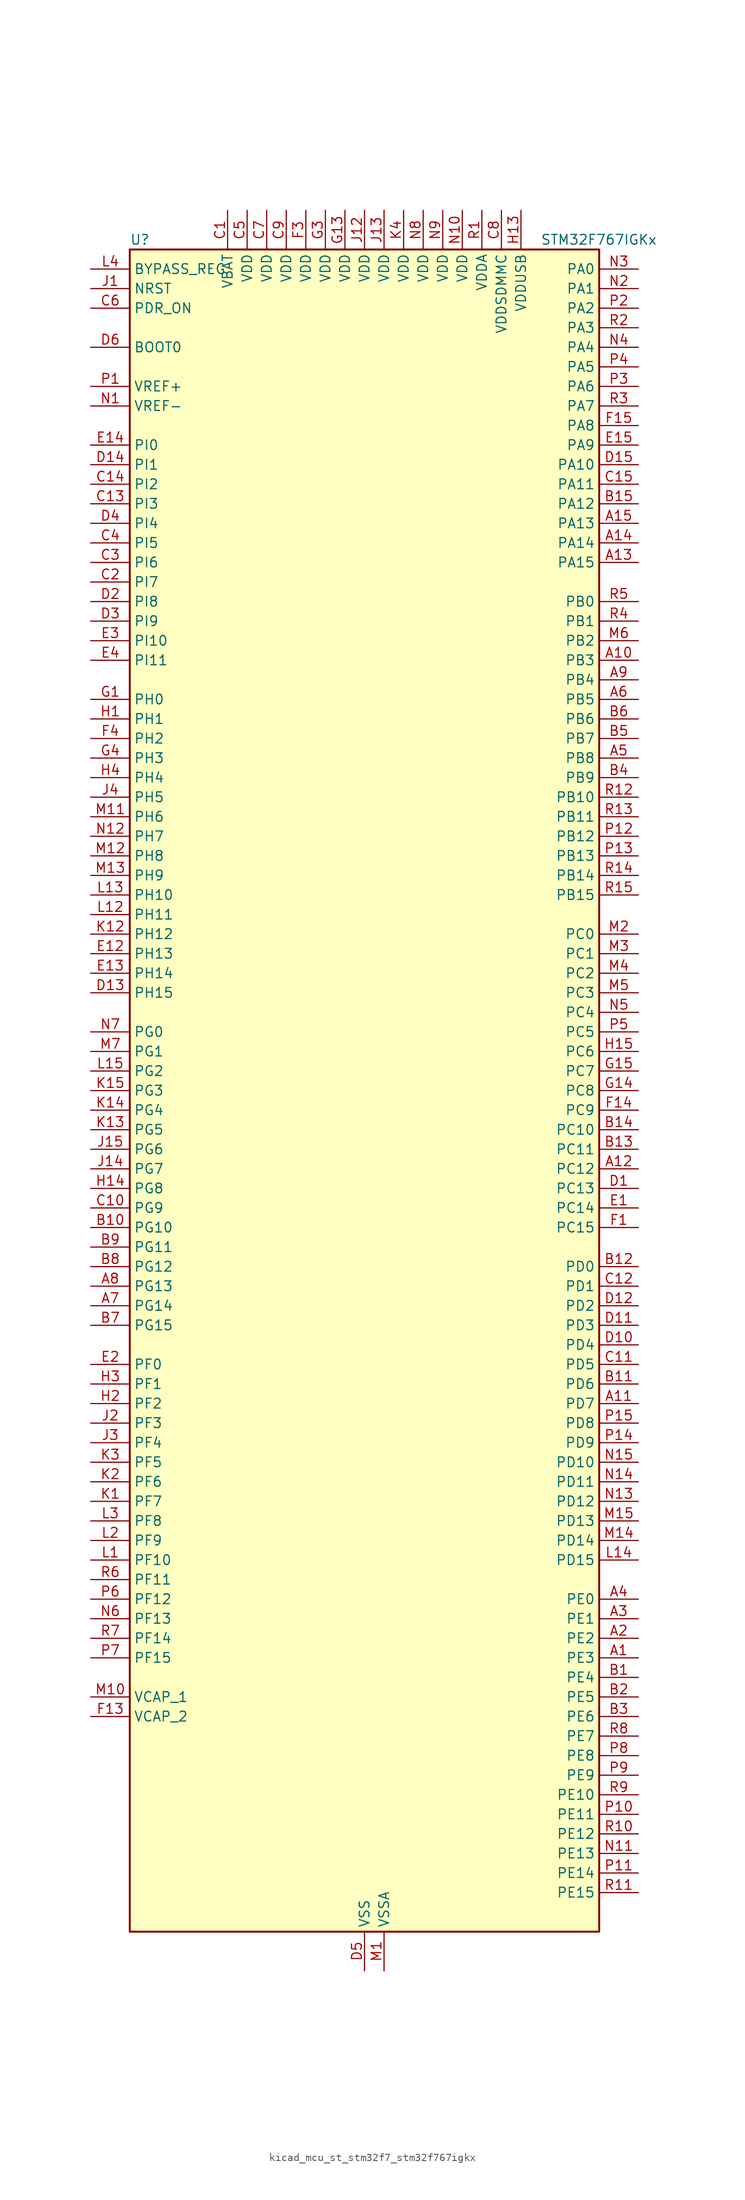
<source format=kicad_sym>
(kicad_symbol_lib
  (version 20220914)
  (generator kicad_symbol_editor)
  (symbol "kicad_mcu_st_stm32f7_stm32f767igkx"
    (property "Reference" "U"
      (at -30.48 110.49 0)
      (effects (font (size 1.27 1.27)) (justify left)))
    (property "Value" "STM32F767IGKx"
      (at 22.86 110.49 0)
      (effects (font (size 1.27 1.27)) (justify left)))
    (property "ki_locked" ""
      (at 0 0 0)
      (effects (font (size 1.27 1.27))))
    (symbol "kicad_mcu_st_stm32f7_stm32f767igkx_0_1"
      (rectangle (start -30.48 -109.22) (end 30.48 109.22) (stroke (width 0.254) (type default)) (fill (type background))))
    (symbol "kicad_mcu_st_stm32f7_stm32f767igkx_1_1"
      (pin bidirectional line (at 35.56 -73.66 180) (length 5.08) (name "PE3" (effects (font (size 1.27 1.27)))) (number "A1" (effects (font (size 1.27 1.27)))) (alternate "FMC_A19" bidirectional line) (alternate "SAI1_SD_B" bidirectional line) (alternate "SYS_TRACED0" bidirectional line))
      (pin bidirectional line (at 35.56 55.88 180) (length 5.08) (name "PB3" (effects (font (size 1.27 1.27)))) (number "A10" (effects (font (size 1.27 1.27)))) (alternate "CAN3_RX" bidirectional line) (alternate "I2S1_CK" bidirectional line) (alternate "I2S3_CK" bidirectional line) (alternate "SDMMC2_D2" bidirectional line) (alternate "SPI1_SCK" bidirectional line) (alternate "SPI3_SCK" bidirectional line) (alternate "SPI6_SCK" bidirectional line) (alternate "SYS_JTDO-SWO" bidirectional line) (alternate "TIM2_CH2" bidirectional line) (alternate "UART7_RX" bidirectional line))
      (pin bidirectional line (at 35.56 -40.64 180) (length 5.08) (name "PD7" (effects (font (size 1.27 1.27)))) (number "A11" (effects (font (size 1.27 1.27)))) (alternate "DFSDM1_CKIN1" bidirectional line) (alternate "DFSDM1_DATIN4" bidirectional line) (alternate "FMC_NE1" bidirectional line) (alternate "I2S1_SD" bidirectional line) (alternate "SDMMC2_CMD" bidirectional line) (alternate "SPDIFRX_IN0" bidirectional line) (alternate "SPI1_MOSI" bidirectional line) (alternate "USART2_CK" bidirectional line))
      (pin bidirectional line (at 35.56 -10.16 180) (length 5.08) (name "PC12" (effects (font (size 1.27 1.27)))) (number "A12" (effects (font (size 1.27 1.27)))) (alternate "DCMI_D9" bidirectional line) (alternate "I2S3_SD" bidirectional line) (alternate "SDMMC1_CK" bidirectional line) (alternate "SPI3_MOSI" bidirectional line) (alternate "SYS_TRACED3" bidirectional line) (alternate "UART5_TX" bidirectional line) (alternate "USART3_CK" bidirectional line))
      (pin bidirectional line (at 35.56 68.58 180) (length 5.08) (name "PA15" (effects (font (size 1.27 1.27)))) (number "A13" (effects (font (size 1.27 1.27)))) (alternate "CAN3_TX" bidirectional line) (alternate "CEC" bidirectional line) (alternate "I2S1_WS" bidirectional line) (alternate "I2S3_WS" bidirectional line) (alternate "SPI1_NSS" bidirectional line) (alternate "SPI3_NSS" bidirectional line) (alternate "SPI6_NSS" bidirectional line) (alternate "SYS_JTDI" bidirectional line) (alternate "TIM2_CH1" bidirectional line) (alternate "TIM2_ETR" bidirectional line) (alternate "UART4_DE" bidirectional line) (alternate "UART4_RTS" bidirectional line) (alternate "UART7_TX" bidirectional line))
      (pin bidirectional line (at 35.56 71.12 180) (length 5.08) (name "PA14" (effects (font (size 1.27 1.27)))) (number "A14" (effects (font (size 1.27 1.27)))) (alternate "SYS_JTCK-SWCLK" bidirectional line))
      (pin bidirectional line (at 35.56 73.66 180) (length 5.08) (name "PA13" (effects (font (size 1.27 1.27)))) (number "A15" (effects (font (size 1.27 1.27)))) (alternate "SYS_JTMS-SWDIO" bidirectional line))
      (pin bidirectional line (at 35.56 -71.12 180) (length 5.08) (name "PE2" (effects (font (size 1.27 1.27)))) (number "A2" (effects (font (size 1.27 1.27)))) (alternate "ETH_TXD3" bidirectional line) (alternate "FMC_A23" bidirectional line) (alternate "QUADSPI_BK1_IO2" bidirectional line) (alternate "SAI1_MCLK_A" bidirectional line) (alternate "SPI4_SCK" bidirectional line) (alternate "SYS_TRACECLK" bidirectional line))
      (pin bidirectional line (at 35.56 -68.58 180) (length 5.08) (name "PE1" (effects (font (size 1.27 1.27)))) (number "A3" (effects (font (size 1.27 1.27)))) (alternate "DCMI_D3" bidirectional line) (alternate "FMC_NBL1" bidirectional line) (alternate "LPTIM1_IN2" bidirectional line) (alternate "UART8_TX" bidirectional line))
      (pin bidirectional line (at 35.56 -66.04 180) (length 5.08) (name "PE0" (effects (font (size 1.27 1.27)))) (number "A4" (effects (font (size 1.27 1.27)))) (alternate "DCMI_D2" bidirectional line) (alternate "FMC_NBL0" bidirectional line) (alternate "LPTIM1_ETR" bidirectional line) (alternate "SAI2_MCLK_A" bidirectional line) (alternate "TIM4_ETR" bidirectional line) (alternate "UART8_RX" bidirectional line))
      (pin bidirectional line (at 35.56 43.18 180) (length 5.08) (name "PB8" (effects (font (size 1.27 1.27)))) (number "A5" (effects (font (size 1.27 1.27)))) (alternate "CAN1_RX" bidirectional line) (alternate "DCMI_D6" bidirectional line) (alternate "DFSDM1_CKIN7" bidirectional line) (alternate "ETH_TXD3" bidirectional line) (alternate "I2C1_SCL" bidirectional line) (alternate "I2C4_SCL" bidirectional line) (alternate "LTDC_B6" bidirectional line) (alternate "SDMMC1_D4" bidirectional line) (alternate "SDMMC2_D4" bidirectional line) (alternate "TIM10_CH1" bidirectional line) (alternate "TIM4_CH3" bidirectional line) (alternate "UART5_RX" bidirectional line))
      (pin bidirectional line (at 35.56 50.8 180) (length 5.08) (name "PB5" (effects (font (size 1.27 1.27)))) (number "A6" (effects (font (size 1.27 1.27)))) (alternate "CAN2_RX" bidirectional line) (alternate "DCMI_D10" bidirectional line) (alternate "ETH_PPS_OUT" bidirectional line) (alternate "FMC_SDCKE1" bidirectional line) (alternate "I2C1_SMBA" bidirectional line) (alternate "I2S1_SD" bidirectional line) (alternate "I2S3_SD" bidirectional line) (alternate "LTDC_G7" bidirectional line) (alternate "SPI1_MOSI" bidirectional line) (alternate "SPI3_MOSI" bidirectional line) (alternate "SPI6_MOSI" bidirectional line) (alternate "TIM3_CH2" bidirectional line) (alternate "UART5_RX" bidirectional line) (alternate "USB_OTG_HS_ULPI_D7" bidirectional line))
      (pin bidirectional line (at -35.56 -27.94 0) (length 5.08) (name "PG14" (effects (font (size 1.27 1.27)))) (number "A7" (effects (font (size 1.27 1.27)))) (alternate "ETH_TXD1" bidirectional line) (alternate "FMC_A25" bidirectional line) (alternate "LPTIM1_ETR" bidirectional line) (alternate "LTDC_B0" bidirectional line) (alternate "QUADSPI_BK2_IO3" bidirectional line) (alternate "SPI6_MOSI" bidirectional line) (alternate "SYS_TRACED1" bidirectional line) (alternate "USART6_TX" bidirectional line))
      (pin bidirectional line (at -35.56 -25.4 0) (length 5.08) (name "PG13" (effects (font (size 1.27 1.27)))) (number "A8" (effects (font (size 1.27 1.27)))) (alternate "ETH_TXD0" bidirectional line) (alternate "FMC_A24" bidirectional line) (alternate "LPTIM1_OUT" bidirectional line) (alternate "LTDC_R0" bidirectional line) (alternate "SPI6_SCK" bidirectional line) (alternate "SYS_TRACED0" bidirectional line) (alternate "USART6_CTS" bidirectional line))
      (pin bidirectional line (at 35.56 53.34 180) (length 5.08) (name "PB4" (effects (font (size 1.27 1.27)))) (number "A9" (effects (font (size 1.27 1.27)))) (alternate "CAN3_TX" bidirectional line) (alternate "I2S2_WS" bidirectional line) (alternate "SDMMC2_D3" bidirectional line) (alternate "SPI1_MISO" bidirectional line) (alternate "SPI2_NSS" bidirectional line) (alternate "SPI3_MISO" bidirectional line) (alternate "SPI6_MISO" bidirectional line) (alternate "SYS_JTRST" bidirectional line) (alternate "TIM3_CH1" bidirectional line) (alternate "UART7_TX" bidirectional line))
      (pin bidirectional line (at 35.56 -76.2 180) (length 5.08) (name "PE4" (effects (font (size 1.27 1.27)))) (number "B1" (effects (font (size 1.27 1.27)))) (alternate "DCMI_D4" bidirectional line) (alternate "DFSDM1_DATIN3" bidirectional line) (alternate "FMC_A20" bidirectional line) (alternate "LTDC_B0" bidirectional line) (alternate "SAI1_FS_A" bidirectional line) (alternate "SPI4_NSS" bidirectional line) (alternate "SYS_TRACED1" bidirectional line))
      (pin bidirectional line (at -35.56 -17.78 0) (length 5.08) (name "PG10" (effects (font (size 1.27 1.27)))) (number "B10" (effects (font (size 1.27 1.27)))) (alternate "DCMI_D2" bidirectional line) (alternate "FMC_NE3" bidirectional line) (alternate "I2S1_WS" bidirectional line) (alternate "LTDC_B2" bidirectional line) (alternate "LTDC_G3" bidirectional line) (alternate "SAI2_SD_B" bidirectional line) (alternate "SDMMC2_D1" bidirectional line) (alternate "SPI1_NSS" bidirectional line))
      (pin bidirectional line (at 35.56 -38.1 180) (length 5.08) (name "PD6" (effects (font (size 1.27 1.27)))) (number "B11" (effects (font (size 1.27 1.27)))) (alternate "DCMI_D10" bidirectional line) (alternate "DFSDM1_CKIN4" bidirectional line) (alternate "DFSDM1_DATIN1" bidirectional line) (alternate "FMC_NWAIT" bidirectional line) (alternate "I2S3_SD" bidirectional line) (alternate "LTDC_B2" bidirectional line) (alternate "SAI1_SD_A" bidirectional line) (alternate "SDMMC2_CK" bidirectional line) (alternate "SPI3_MOSI" bidirectional line) (alternate "USART2_RX" bidirectional line))
      (pin bidirectional line (at 35.56 -22.86 180) (length 5.08) (name "PD0" (effects (font (size 1.27 1.27)))) (number "B12" (effects (font (size 1.27 1.27)))) (alternate "CAN1_RX" bidirectional line) (alternate "DFSDM1_CKIN6" bidirectional line) (alternate "DFSDM1_DATIN7" bidirectional line) (alternate "FMC_D2" bidirectional line) (alternate "FMC_DA2" bidirectional line) (alternate "UART4_RX" bidirectional line))
      (pin bidirectional line (at 35.56 -7.62 180) (length 5.08) (name "PC11" (effects (font (size 1.27 1.27)))) (number "B13" (effects (font (size 1.27 1.27)))) (alternate "ADC1_EXTI11" bidirectional line) (alternate "ADC2_EXTI11" bidirectional line) (alternate "ADC3_EXTI11" bidirectional line) (alternate "DCMI_D4" bidirectional line) (alternate "DFSDM1_DATIN5" bidirectional line) (alternate "QUADSPI_BK2_NCS" bidirectional line) (alternate "SDMMC1_D3" bidirectional line) (alternate "SPI3_MISO" bidirectional line) (alternate "UART4_RX" bidirectional line) (alternate "USART3_RX" bidirectional line))
      (pin bidirectional line (at 35.56 -5.08 180) (length 5.08) (name "PC10" (effects (font (size 1.27 1.27)))) (number "B14" (effects (font (size 1.27 1.27)))) (alternate "DCMI_D8" bidirectional line) (alternate "DFSDM1_CKIN5" bidirectional line) (alternate "I2S3_CK" bidirectional line) (alternate "LTDC_R2" bidirectional line) (alternate "QUADSPI_BK1_IO1" bidirectional line) (alternate "SDMMC1_D2" bidirectional line) (alternate "SPI3_SCK" bidirectional line) (alternate "UART4_TX" bidirectional line) (alternate "USART3_TX" bidirectional line))
      (pin bidirectional line (at 35.56 76.2 180) (length 5.08) (name "PA12" (effects (font (size 1.27 1.27)))) (number "B15" (effects (font (size 1.27 1.27)))) (alternate "CAN1_TX" bidirectional line) (alternate "I2S2_CK" bidirectional line) (alternate "LTDC_R5" bidirectional line) (alternate "SAI2_FS_B" bidirectional line) (alternate "SPI2_SCK" bidirectional line) (alternate "TIM1_ETR" bidirectional line) (alternate "UART4_TX" bidirectional line) (alternate "USART1_DE" bidirectional line) (alternate "USART1_RTS" bidirectional line) (alternate "USB_OTG_FS_DP" bidirectional line))
      (pin bidirectional line (at 35.56 -78.74 180) (length 5.08) (name "PE5" (effects (font (size 1.27 1.27)))) (number "B2" (effects (font (size 1.27 1.27)))) (alternate "DCMI_D6" bidirectional line) (alternate "DFSDM1_CKIN3" bidirectional line) (alternate "FMC_A21" bidirectional line) (alternate "LTDC_G0" bidirectional line) (alternate "SAI1_SCK_A" bidirectional line) (alternate "SPI4_MISO" bidirectional line) (alternate "SYS_TRACED2" bidirectional line) (alternate "TIM9_CH1" bidirectional line))
      (pin bidirectional line (at 35.56 -81.28 180) (length 5.08) (name "PE6" (effects (font (size 1.27 1.27)))) (number "B3" (effects (font (size 1.27 1.27)))) (alternate "DCMI_D7" bidirectional line) (alternate "FMC_A22" bidirectional line) (alternate "LTDC_G1" bidirectional line) (alternate "SAI1_SD_A" bidirectional line) (alternate "SAI2_MCLK_B" bidirectional line) (alternate "SPI4_MOSI" bidirectional line) (alternate "SYS_TRACED3" bidirectional line) (alternate "TIM1_BKIN2" bidirectional line) (alternate "TIM9_CH2" bidirectional line))
      (pin bidirectional line (at 35.56 40.64 180) (length 5.08) (name "PB9" (effects (font (size 1.27 1.27)))) (number "B4" (effects (font (size 1.27 1.27)))) (alternate "CAN1_TX" bidirectional line) (alternate "DAC_EXTI9" bidirectional line) (alternate "DCMI_D7" bidirectional line) (alternate "DFSDM1_DATIN7" bidirectional line) (alternate "I2C1_SDA" bidirectional line) (alternate "I2C4_SDA" bidirectional line) (alternate "I2C4_SMBA" bidirectional line) (alternate "I2S2_WS" bidirectional line) (alternate "LTDC_B7" bidirectional line) (alternate "SDMMC1_D5" bidirectional line) (alternate "SDMMC2_D5" bidirectional line) (alternate "SPI2_NSS" bidirectional line) (alternate "TIM11_CH1" bidirectional line) (alternate "TIM4_CH4" bidirectional line) (alternate "UART5_TX" bidirectional line))
      (pin bidirectional line (at 35.56 45.72 180) (length 5.08) (name "PB7" (effects (font (size 1.27 1.27)))) (number "B5" (effects (font (size 1.27 1.27)))) (alternate "DCMI_VSYNC" bidirectional line) (alternate "DFSDM1_CKIN5" bidirectional line) (alternate "FMC_NL" bidirectional line) (alternate "I2C1_SDA" bidirectional line) (alternate "I2C4_SDA" bidirectional line) (alternate "TIM4_CH2" bidirectional line) (alternate "USART1_RX" bidirectional line))
      (pin bidirectional line (at 35.56 48.26 180) (length 5.08) (name "PB6" (effects (font (size 1.27 1.27)))) (number "B6" (effects (font (size 1.27 1.27)))) (alternate "CAN2_TX" bidirectional line) (alternate "CEC" bidirectional line) (alternate "DCMI_D5" bidirectional line) (alternate "DFSDM1_DATIN5" bidirectional line) (alternate "FMC_SDNE1" bidirectional line) (alternate "I2C1_SCL" bidirectional line) (alternate "I2C4_SCL" bidirectional line) (alternate "QUADSPI_BK1_NCS" bidirectional line) (alternate "TIM4_CH1" bidirectional line) (alternate "UART5_TX" bidirectional line) (alternate "USART1_TX" bidirectional line))
      (pin bidirectional line (at -35.56 -30.48 0) (length 5.08) (name "PG15" (effects (font (size 1.27 1.27)))) (number "B7" (effects (font (size 1.27 1.27)))) (alternate "DCMI_D13" bidirectional line) (alternate "FMC_SDNCAS" bidirectional line) (alternate "USART6_CTS" bidirectional line))
      (pin bidirectional line (at -35.56 -22.86 0) (length 5.08) (name "PG12" (effects (font (size 1.27 1.27)))) (number "B8" (effects (font (size 1.27 1.27)))) (alternate "FMC_NE4" bidirectional line) (alternate "LPTIM1_IN1" bidirectional line) (alternate "LTDC_B1" bidirectional line) (alternate "LTDC_B4" bidirectional line) (alternate "SDMMC2_D3" bidirectional line) (alternate "SPDIFRX_IN1" bidirectional line) (alternate "SPI6_MISO" bidirectional line) (alternate "USART6_DE" bidirectional line) (alternate "USART6_RTS" bidirectional line))
      (pin bidirectional line (at -35.56 -20.32 0) (length 5.08) (name "PG11" (effects (font (size 1.27 1.27)))) (number "B9" (effects (font (size 1.27 1.27)))) (alternate "ADC1_EXTI11" bidirectional line) (alternate "ADC2_EXTI11" bidirectional line) (alternate "ADC3_EXTI11" bidirectional line) (alternate "DCMI_D3" bidirectional line) (alternate "ETH_TX_EN" bidirectional line) (alternate "I2S1_CK" bidirectional line) (alternate "LTDC_B3" bidirectional line) (alternate "SDMMC2_D2" bidirectional line) (alternate "SPDIFRX_IN0" bidirectional line) (alternate "SPI1_SCK" bidirectional line))
      (pin power_in line (at -17.78 114.3 270) (length 5.08) (name "VBAT" (effects (font (size 1.27 1.27)))) (number "C1" (effects (font (size 1.27 1.27)))))
      (pin bidirectional line (at -35.56 -15.24 0) (length 5.08) (name "PG9" (effects (font (size 1.27 1.27)))) (number "C10" (effects (font (size 1.27 1.27)))) (alternate "DAC_EXTI9" bidirectional line) (alternate "DCMI_VSYNC" bidirectional line) (alternate "FMC_NCE" bidirectional line) (alternate "FMC_NE2" bidirectional line) (alternate "QUADSPI_BK2_IO2" bidirectional line) (alternate "SAI2_FS_B" bidirectional line) (alternate "SDMMC2_D0" bidirectional line) (alternate "SPDIFRX_IN3" bidirectional line) (alternate "SPI1_MISO" bidirectional line) (alternate "USART6_RX" bidirectional line))
      (pin bidirectional line (at 35.56 -35.56 180) (length 5.08) (name "PD5" (effects (font (size 1.27 1.27)))) (number "C11" (effects (font (size 1.27 1.27)))) (alternate "FMC_NWE" bidirectional line) (alternate "USART2_TX" bidirectional line))
      (pin bidirectional line (at 35.56 -25.4 180) (length 5.08) (name "PD1" (effects (font (size 1.27 1.27)))) (number "C12" (effects (font (size 1.27 1.27)))) (alternate "CAN1_TX" bidirectional line) (alternate "DFSDM1_CKIN7" bidirectional line) (alternate "DFSDM1_DATIN6" bidirectional line) (alternate "FMC_D3" bidirectional line) (alternate "FMC_DA3" bidirectional line) (alternate "UART4_TX" bidirectional line))
      (pin bidirectional line (at -35.56 76.2 0) (length 5.08) (name "PI3" (effects (font (size 1.27 1.27)))) (number "C13" (effects (font (size 1.27 1.27)))) (alternate "DCMI_D10" bidirectional line) (alternate "FMC_D27" bidirectional line) (alternate "I2S2_SD" bidirectional line) (alternate "SPI2_MOSI" bidirectional line) (alternate "TIM8_ETR" bidirectional line))
      (pin bidirectional line (at -35.56 78.74 0) (length 5.08) (name "PI2" (effects (font (size 1.27 1.27)))) (number "C14" (effects (font (size 1.27 1.27)))) (alternate "DCMI_D9" bidirectional line) (alternate "FMC_D26" bidirectional line) (alternate "LTDC_G7" bidirectional line) (alternate "SPI2_MISO" bidirectional line) (alternate "TIM8_CH4" bidirectional line))
      (pin bidirectional line (at 35.56 78.74 180) (length 5.08) (name "PA11" (effects (font (size 1.27 1.27)))) (number "C15" (effects (font (size 1.27 1.27)))) (alternate "ADC1_EXTI11" bidirectional line) (alternate "ADC2_EXTI11" bidirectional line) (alternate "ADC3_EXTI11" bidirectional line) (alternate "CAN1_RX" bidirectional line) (alternate "I2S2_WS" bidirectional line) (alternate "LTDC_R4" bidirectional line) (alternate "SPI2_NSS" bidirectional line) (alternate "TIM1_CH4" bidirectional line) (alternate "UART4_RX" bidirectional line) (alternate "USART1_CTS" bidirectional line) (alternate "USB_OTG_FS_DM" bidirectional line))
      (pin bidirectional line (at -35.56 66.04 0) (length 5.08) (name "PI7" (effects (font (size 1.27 1.27)))) (number "C2" (effects (font (size 1.27 1.27)))) (alternate "DCMI_D7" bidirectional line) (alternate "FMC_D29" bidirectional line) (alternate "LTDC_B7" bidirectional line) (alternate "SAI2_FS_A" bidirectional line) (alternate "TIM8_CH3" bidirectional line))
      (pin bidirectional line (at -35.56 68.58 0) (length 5.08) (name "PI6" (effects (font (size 1.27 1.27)))) (number "C3" (effects (font (size 1.27 1.27)))) (alternate "DCMI_D6" bidirectional line) (alternate "FMC_D28" bidirectional line) (alternate "LTDC_B6" bidirectional line) (alternate "SAI2_SD_A" bidirectional line) (alternate "TIM8_CH2" bidirectional line))
      (pin bidirectional line (at -35.56 71.12 0) (length 5.08) (name "PI5" (effects (font (size 1.27 1.27)))) (number "C4" (effects (font (size 1.27 1.27)))) (alternate "DCMI_VSYNC" bidirectional line) (alternate "FMC_NBL3" bidirectional line) (alternate "LTDC_B5" bidirectional line) (alternate "SAI2_SCK_A" bidirectional line) (alternate "TIM8_CH1" bidirectional line))
      (pin power_in line (at -15.24 114.3 270) (length 5.08) (name "VDD" (effects (font (size 1.27 1.27)))) (number "C5" (effects (font (size 1.27 1.27)))))
      (pin input line (at -35.56 101.6 0) (length 5.08) (name "PDR_ON" (effects (font (size 1.27 1.27)))) (number "C6" (effects (font (size 1.27 1.27)))))
      (pin power_in line (at -12.7 114.3 270) (length 5.08) (name "VDD" (effects (font (size 1.27 1.27)))) (number "C7" (effects (font (size 1.27 1.27)))))
      (pin power_in line (at 17.78 114.3 270) (length 5.08) (name "VDDSDMMC" (effects (font (size 1.27 1.27)))) (number "C8" (effects (font (size 1.27 1.27)))))
      (pin power_in line (at -10.16 114.3 270) (length 5.08) (name "VDD" (effects (font (size 1.27 1.27)))) (number "C9" (effects (font (size 1.27 1.27)))))
      (pin bidirectional line (at 35.56 -12.7 180) (length 5.08) (name "PC13" (effects (font (size 1.27 1.27)))) (number "D1" (effects (font (size 1.27 1.27)))) (alternate "RTC_OUT" bidirectional line) (alternate "RTC_TAMP1" bidirectional line) (alternate "RTC_TS" bidirectional line) (alternate "SYS_WKUP4" bidirectional line))
      (pin bidirectional line (at 35.56 -33.02 180) (length 5.08) (name "PD4" (effects (font (size 1.27 1.27)))) (number "D10" (effects (font (size 1.27 1.27)))) (alternate "DFSDM1_CKIN0" bidirectional line) (alternate "FMC_NOE" bidirectional line) (alternate "USART2_DE" bidirectional line) (alternate "USART2_RTS" bidirectional line))
      (pin bidirectional line (at 35.56 -30.48 180) (length 5.08) (name "PD3" (effects (font (size 1.27 1.27)))) (number "D11" (effects (font (size 1.27 1.27)))) (alternate "DCMI_D5" bidirectional line) (alternate "DFSDM1_CKOUT" bidirectional line) (alternate "DFSDM1_DATIN0" bidirectional line) (alternate "FMC_CLK" bidirectional line) (alternate "I2S2_CK" bidirectional line) (alternate "LTDC_G7" bidirectional line) (alternate "SPI2_SCK" bidirectional line) (alternate "USART2_CTS" bidirectional line))
      (pin bidirectional line (at 35.56 -27.94 180) (length 5.08) (name "PD2" (effects (font (size 1.27 1.27)))) (number "D12" (effects (font (size 1.27 1.27)))) (alternate "DCMI_D11" bidirectional line) (alternate "SDMMC1_CMD" bidirectional line) (alternate "SYS_TRACED2" bidirectional line) (alternate "TIM3_ETR" bidirectional line) (alternate "UART5_RX" bidirectional line))
      (pin bidirectional line (at -35.56 12.7 0) (length 5.08) (name "PH15" (effects (font (size 1.27 1.27)))) (number "D13" (effects (font (size 1.27 1.27)))) (alternate "DCMI_D11" bidirectional line) (alternate "FMC_D23" bidirectional line) (alternate "LTDC_G4" bidirectional line) (alternate "TIM8_CH3N" bidirectional line))
      (pin bidirectional line (at -35.56 81.28 0) (length 5.08) (name "PI1" (effects (font (size 1.27 1.27)))) (number "D14" (effects (font (size 1.27 1.27)))) (alternate "DCMI_D8" bidirectional line) (alternate "FMC_D25" bidirectional line) (alternate "I2S2_CK" bidirectional line) (alternate "LTDC_G6" bidirectional line) (alternate "SPI2_SCK" bidirectional line) (alternate "TIM8_BKIN2" bidirectional line))
      (pin bidirectional line (at 35.56 81.28 180) (length 5.08) (name "PA10" (effects (font (size 1.27 1.27)))) (number "D15" (effects (font (size 1.27 1.27)))) (alternate "DCMI_D1" bidirectional line) (alternate "LTDC_B1" bidirectional line) (alternate "LTDC_B4" bidirectional line) (alternate "MDIOS_MDIO" bidirectional line) (alternate "TIM1_CH3" bidirectional line) (alternate "USART1_RX" bidirectional line) (alternate "USB_OTG_FS_ID" bidirectional line))
      (pin bidirectional line (at -35.56 63.5 0) (length 5.08) (name "PI8" (effects (font (size 1.27 1.27)))) (number "D2" (effects (font (size 1.27 1.27)))) (alternate "RTC_TAMP2" bidirectional line) (alternate "RTC_TS" bidirectional line) (alternate "SYS_WKUP5" bidirectional line))
      (pin bidirectional line (at -35.56 60.96 0) (length 5.08) (name "PI9" (effects (font (size 1.27 1.27)))) (number "D3" (effects (font (size 1.27 1.27)))) (alternate "CAN1_RX" bidirectional line) (alternate "DAC_EXTI9" bidirectional line) (alternate "FMC_D30" bidirectional line) (alternate "LTDC_VSYNC" bidirectional line) (alternate "UART4_RX" bidirectional line))
      (pin bidirectional line (at -35.56 73.66 0) (length 5.08) (name "PI4" (effects (font (size 1.27 1.27)))) (number "D4" (effects (font (size 1.27 1.27)))) (alternate "DCMI_D5" bidirectional line) (alternate "FMC_NBL2" bidirectional line) (alternate "LTDC_B4" bidirectional line) (alternate "SAI2_MCLK_A" bidirectional line) (alternate "TIM8_BKIN" bidirectional line))
      (pin power_in line (at 0 -114.3 90) (length 5.08) (name "VSS" (effects (font (size 1.27 1.27)))) (number "D5" (effects (font (size 1.27 1.27)))))
      (pin input line (at -35.56 96.52 0) (length 5.08) (name "BOOT0" (effects (font (size 1.27 1.27)))) (number "D6" (effects (font (size 1.27 1.27)))))
      (pin passive line (at 0 -114.3 90) (length 5.08) hide (name "VSS" (effects (font (size 1.27 1.27)))) (number "D7" (effects (font (size 1.27 1.27)))))
      (pin passive line (at 0 -114.3 90) (length 5.08) hide (name "VSS" (effects (font (size 1.27 1.27)))) (number "D8" (effects (font (size 1.27 1.27)))))
      (pin passive line (at 0 -114.3 90) (length 5.08) hide (name "VSS" (effects (font (size 1.27 1.27)))) (number "D9" (effects (font (size 1.27 1.27)))))
      (pin bidirectional line (at 35.56 -15.24 180) (length 5.08) (name "PC14" (effects (font (size 1.27 1.27)))) (number "E1" (effects (font (size 1.27 1.27)))) (alternate "RCC_OSC32_IN" bidirectional line))
      (pin bidirectional line (at -35.56 17.78 0) (length 5.08) (name "PH13" (effects (font (size 1.27 1.27)))) (number "E12" (effects (font (size 1.27 1.27)))) (alternate "CAN1_TX" bidirectional line) (alternate "FMC_D21" bidirectional line) (alternate "LTDC_G2" bidirectional line) (alternate "TIM8_CH1N" bidirectional line) (alternate "UART4_TX" bidirectional line))
      (pin bidirectional line (at -35.56 15.24 0) (length 5.08) (name "PH14" (effects (font (size 1.27 1.27)))) (number "E13" (effects (font (size 1.27 1.27)))) (alternate "CAN1_RX" bidirectional line) (alternate "DCMI_D4" bidirectional line) (alternate "FMC_D22" bidirectional line) (alternate "LTDC_G3" bidirectional line) (alternate "TIM8_CH2N" bidirectional line) (alternate "UART4_RX" bidirectional line))
      (pin bidirectional line (at -35.56 83.82 0) (length 5.08) (name "PI0" (effects (font (size 1.27 1.27)))) (number "E14" (effects (font (size 1.27 1.27)))) (alternate "DCMI_D13" bidirectional line) (alternate "FMC_D24" bidirectional line) (alternate "I2S2_WS" bidirectional line) (alternate "LTDC_G5" bidirectional line) (alternate "SPI2_NSS" bidirectional line) (alternate "TIM5_CH4" bidirectional line))
      (pin bidirectional line (at 35.56 83.82 180) (length 5.08) (name "PA9" (effects (font (size 1.27 1.27)))) (number "E15" (effects (font (size 1.27 1.27)))) (alternate "DAC_EXTI9" bidirectional line) (alternate "DCMI_D0" bidirectional line) (alternate "I2C3_SMBA" bidirectional line) (alternate "I2S2_CK" bidirectional line) (alternate "LTDC_R5" bidirectional line) (alternate "SPI2_SCK" bidirectional line) (alternate "TIM1_CH2" bidirectional line) (alternate "USART1_TX" bidirectional line) (alternate "USB_OTG_FS_VBUS" bidirectional line))
      (pin bidirectional line (at -35.56 -35.56 0) (length 5.08) (name "PF0" (effects (font (size 1.27 1.27)))) (number "E2" (effects (font (size 1.27 1.27)))) (alternate "FMC_A0" bidirectional line) (alternate "I2C2_SDA" bidirectional line))
      (pin bidirectional line (at -35.56 58.42 0) (length 5.08) (name "PI10" (effects (font (size 1.27 1.27)))) (number "E3" (effects (font (size 1.27 1.27)))) (alternate "ETH_RX_ER" bidirectional line) (alternate "FMC_D31" bidirectional line) (alternate "LTDC_HSYNC" bidirectional line))
      (pin bidirectional line (at -35.56 55.88 0) (length 5.08) (name "PI11" (effects (font (size 1.27 1.27)))) (number "E4" (effects (font (size 1.27 1.27)))) (alternate "ADC1_EXTI11" bidirectional line) (alternate "ADC2_EXTI11" bidirectional line) (alternate "ADC3_EXTI11" bidirectional line) (alternate "LTDC_G6" bidirectional line) (alternate "SYS_WKUP6" bidirectional line) (alternate "USB_OTG_HS_ULPI_DIR" bidirectional line))
      (pin bidirectional line (at 35.56 -17.78 180) (length 5.08) (name "PC15" (effects (font (size 1.27 1.27)))) (number "F1" (effects (font (size 1.27 1.27)))) (alternate "RCC_OSC32_OUT" bidirectional line))
      (pin passive line (at 0 -114.3 90) (length 5.08) hide (name "VSS" (effects (font (size 1.27 1.27)))) (number "F10" (effects (font (size 1.27 1.27)))))
      (pin passive line (at 0 -114.3 90) (length 5.08) hide (name "VSS" (effects (font (size 1.27 1.27)))) (number "F12" (effects (font (size 1.27 1.27)))))
      (pin power_out line (at -35.56 -81.28 0) (length 5.08) (name "VCAP_2" (effects (font (size 1.27 1.27)))) (number "F13" (effects (font (size 1.27 1.27)))))
      (pin bidirectional line (at 35.56 -2.54 180) (length 5.08) (name "PC9" (effects (font (size 1.27 1.27)))) (number "F14" (effects (font (size 1.27 1.27)))) (alternate "DAC_EXTI9" bidirectional line) (alternate "DCMI_D3" bidirectional line) (alternate "I2C3_SDA" bidirectional line) (alternate "I2S_CKIN" bidirectional line) (alternate "LTDC_B2" bidirectional line) (alternate "LTDC_G3" bidirectional line) (alternate "QUADSPI_BK1_IO0" bidirectional line) (alternate "RCC_MCO_2" bidirectional line) (alternate "SDMMC1_D1" bidirectional line) (alternate "TIM3_CH4" bidirectional line) (alternate "TIM8_CH4" bidirectional line) (alternate "UART5_CTS" bidirectional line))
      (pin bidirectional line (at 35.56 86.36 180) (length 5.08) (name "PA8" (effects (font (size 1.27 1.27)))) (number "F15" (effects (font (size 1.27 1.27)))) (alternate "CAN3_RX" bidirectional line) (alternate "I2C3_SCL" bidirectional line) (alternate "LTDC_B3" bidirectional line) (alternate "LTDC_R6" bidirectional line) (alternate "RCC_MCO_1" bidirectional line) (alternate "TIM1_CH1" bidirectional line) (alternate "TIM8_BKIN2" bidirectional line) (alternate "UART7_RX" bidirectional line) (alternate "USART1_CK" bidirectional line) (alternate "USB_OTG_FS_SOF" bidirectional line))
      (pin passive line (at 0 -114.3 90) (length 5.08) hide (name "VSS" (effects (font (size 1.27 1.27)))) (number "F2" (effects (font (size 1.27 1.27)))))
      (pin power_in line (at -7.62 114.3 270) (length 5.08) (name "VDD" (effects (font (size 1.27 1.27)))) (number "F3" (effects (font (size 1.27 1.27)))))
      (pin bidirectional line (at -35.56 45.72 0) (length 5.08) (name "PH2" (effects (font (size 1.27 1.27)))) (number "F4" (effects (font (size 1.27 1.27)))) (alternate "ETH_CRS" bidirectional line) (alternate "FMC_SDCKE0" bidirectional line) (alternate "LPTIM1_IN2" bidirectional line) (alternate "LTDC_R0" bidirectional line) (alternate "QUADSPI_BK2_IO0" bidirectional line) (alternate "SAI2_SCK_B" bidirectional line))
      (pin passive line (at 0 -114.3 90) (length 5.08) hide (name "VSS" (effects (font (size 1.27 1.27)))) (number "F6" (effects (font (size 1.27 1.27)))))
      (pin passive line (at 0 -114.3 90) (length 5.08) hide (name "VSS" (effects (font (size 1.27 1.27)))) (number "F7" (effects (font (size 1.27 1.27)))))
      (pin passive line (at 0 -114.3 90) (length 5.08) hide (name "VSS" (effects (font (size 1.27 1.27)))) (number "F8" (effects (font (size 1.27 1.27)))))
      (pin passive line (at 0 -114.3 90) (length 5.08) hide (name "VSS" (effects (font (size 1.27 1.27)))) (number "F9" (effects (font (size 1.27 1.27)))))
      (pin bidirectional line (at -35.56 50.8 0) (length 5.08) (name "PH0" (effects (font (size 1.27 1.27)))) (number "G1" (effects (font (size 1.27 1.27)))) (alternate "RCC_OSC_IN" bidirectional line))
      (pin passive line (at 0 -114.3 90) (length 5.08) hide (name "VSS" (effects (font (size 1.27 1.27)))) (number "G10" (effects (font (size 1.27 1.27)))))
      (pin passive line (at 0 -114.3 90) (length 5.08) hide (name "VSS" (effects (font (size 1.27 1.27)))) (number "G12" (effects (font (size 1.27 1.27)))))
      (pin power_in line (at -2.54 114.3 270) (length 5.08) (name "VDD" (effects (font (size 1.27 1.27)))) (number "G13" (effects (font (size 1.27 1.27)))))
      (pin bidirectional line (at 35.56 0 180) (length 5.08) (name "PC8" (effects (font (size 1.27 1.27)))) (number "G14" (effects (font (size 1.27 1.27)))) (alternate "DCMI_D2" bidirectional line) (alternate "FMC_NCE" bidirectional line) (alternate "FMC_NE2" bidirectional line) (alternate "SDMMC1_D0" bidirectional line) (alternate "SYS_TRACED1" bidirectional line) (alternate "TIM3_CH3" bidirectional line) (alternate "TIM8_CH3" bidirectional line) (alternate "UART5_DE" bidirectional line) (alternate "UART5_RTS" bidirectional line) (alternate "USART6_CK" bidirectional line))
      (pin bidirectional line (at 35.56 2.54 180) (length 5.08) (name "PC7" (effects (font (size 1.27 1.27)))) (number "G15" (effects (font (size 1.27 1.27)))) (alternate "DCMI_D1" bidirectional line) (alternate "DFSDM1_DATIN3" bidirectional line) (alternate "FMC_NE1" bidirectional line) (alternate "I2S3_MCK" bidirectional line) (alternate "LTDC_G6" bidirectional line) (alternate "SDMMC1_D7" bidirectional line) (alternate "SDMMC2_D7" bidirectional line) (alternate "TIM3_CH2" bidirectional line) (alternate "TIM8_CH2" bidirectional line) (alternate "USART6_RX" bidirectional line))
      (pin passive line (at 0 -114.3 90) (length 5.08) hide (name "VSS" (effects (font (size 1.27 1.27)))) (number "G2" (effects (font (size 1.27 1.27)))))
      (pin power_in line (at -5.08 114.3 270) (length 5.08) (name "VDD" (effects (font (size 1.27 1.27)))) (number "G3" (effects (font (size 1.27 1.27)))))
      (pin bidirectional line (at -35.56 43.18 0) (length 5.08) (name "PH3" (effects (font (size 1.27 1.27)))) (number "G4" (effects (font (size 1.27 1.27)))) (alternate "ETH_COL" bidirectional line) (alternate "FMC_SDNE0" bidirectional line) (alternate "LTDC_R1" bidirectional line) (alternate "QUADSPI_BK2_IO1" bidirectional line) (alternate "SAI2_MCLK_B" bidirectional line))
      (pin passive line (at 0 -114.3 90) (length 5.08) hide (name "VSS" (effects (font (size 1.27 1.27)))) (number "G6" (effects (font (size 1.27 1.27)))))
      (pin passive line (at 0 -114.3 90) (length 5.08) hide (name "VSS" (effects (font (size 1.27 1.27)))) (number "G7" (effects (font (size 1.27 1.27)))))
      (pin passive line (at 0 -114.3 90) (length 5.08) hide (name "VSS" (effects (font (size 1.27 1.27)))) (number "G8" (effects (font (size 1.27 1.27)))))
      (pin passive line (at 0 -114.3 90) (length 5.08) hide (name "VSS" (effects (font (size 1.27 1.27)))) (number "G9" (effects (font (size 1.27 1.27)))))
      (pin bidirectional line (at -35.56 48.26 0) (length 5.08) (name "PH1" (effects (font (size 1.27 1.27)))) (number "H1" (effects (font (size 1.27 1.27)))) (alternate "RCC_OSC_OUT" bidirectional line))
      (pin passive line (at 0 -114.3 90) (length 5.08) hide (name "VSS" (effects (font (size 1.27 1.27)))) (number "H10" (effects (font (size 1.27 1.27)))))
      (pin passive line (at 0 -114.3 90) (length 5.08) hide (name "VSS" (effects (font (size 1.27 1.27)))) (number "H12" (effects (font (size 1.27 1.27)))))
      (pin power_in line (at 20.32 114.3 270) (length 5.08) (name "VDDUSB" (effects (font (size 1.27 1.27)))) (number "H13" (effects (font (size 1.27 1.27)))))
      (pin bidirectional line (at -35.56 -12.7 0) (length 5.08) (name "PG8" (effects (font (size 1.27 1.27)))) (number "H14" (effects (font (size 1.27 1.27)))) (alternate "ETH_PPS_OUT" bidirectional line) (alternate "FMC_SDCLK" bidirectional line) (alternate "LTDC_G7" bidirectional line) (alternate "SPDIFRX_IN2" bidirectional line) (alternate "SPI6_NSS" bidirectional line) (alternate "USART6_DE" bidirectional line) (alternate "USART6_RTS" bidirectional line))
      (pin bidirectional line (at 35.56 5.08 180) (length 5.08) (name "PC6" (effects (font (size 1.27 1.27)))) (number "H15" (effects (font (size 1.27 1.27)))) (alternate "DCMI_D0" bidirectional line) (alternate "DFSDM1_CKIN3" bidirectional line) (alternate "FMC_NWAIT" bidirectional line) (alternate "I2S2_MCK" bidirectional line) (alternate "LTDC_HSYNC" bidirectional line) (alternate "SDMMC1_D6" bidirectional line) (alternate "SDMMC2_D6" bidirectional line) (alternate "TIM3_CH1" bidirectional line) (alternate "TIM8_CH1" bidirectional line) (alternate "USART6_TX" bidirectional line))
      (pin bidirectional line (at -35.56 -40.64 0) (length 5.08) (name "PF2" (effects (font (size 1.27 1.27)))) (number "H2" (effects (font (size 1.27 1.27)))) (alternate "FMC_A2" bidirectional line) (alternate "I2C2_SMBA" bidirectional line))
      (pin bidirectional line (at -35.56 -38.1 0) (length 5.08) (name "PF1" (effects (font (size 1.27 1.27)))) (number "H3" (effects (font (size 1.27 1.27)))) (alternate "FMC_A1" bidirectional line) (alternate "I2C2_SCL" bidirectional line))
      (pin bidirectional line (at -35.56 40.64 0) (length 5.08) (name "PH4" (effects (font (size 1.27 1.27)))) (number "H4" (effects (font (size 1.27 1.27)))) (alternate "I2C2_SCL" bidirectional line) (alternate "LTDC_G4" bidirectional line) (alternate "LTDC_G5" bidirectional line) (alternate "USB_OTG_HS_ULPI_NXT" bidirectional line))
      (pin passive line (at 0 -114.3 90) (length 5.08) hide (name "VSS" (effects (font (size 1.27 1.27)))) (number "H6" (effects (font (size 1.27 1.27)))))
      (pin passive line (at 0 -114.3 90) (length 5.08) hide (name "VSS" (effects (font (size 1.27 1.27)))) (number "H7" (effects (font (size 1.27 1.27)))))
      (pin passive line (at 0 -114.3 90) (length 5.08) hide (name "VSS" (effects (font (size 1.27 1.27)))) (number "H8" (effects (font (size 1.27 1.27)))))
      (pin passive line (at 0 -114.3 90) (length 5.08) hide (name "VSS" (effects (font (size 1.27 1.27)))) (number "H9" (effects (font (size 1.27 1.27)))))
      (pin input line (at -35.56 104.14 0) (length 5.08) (name "NRST" (effects (font (size 1.27 1.27)))) (number "J1" (effects (font (size 1.27 1.27)))))
      (pin passive line (at 0 -114.3 90) (length 5.08) hide (name "VSS" (effects (font (size 1.27 1.27)))) (number "J10" (effects (font (size 1.27 1.27)))))
      (pin power_in line (at 0 114.3 270) (length 5.08) (name "VDD" (effects (font (size 1.27 1.27)))) (number "J12" (effects (font (size 1.27 1.27)))))
      (pin power_in line (at 2.54 114.3 270) (length 5.08) (name "VDD" (effects (font (size 1.27 1.27)))) (number "J13" (effects (font (size 1.27 1.27)))))
      (pin bidirectional line (at -35.56 -10.16 0) (length 5.08) (name "PG7" (effects (font (size 1.27 1.27)))) (number "J14" (effects (font (size 1.27 1.27)))) (alternate "DCMI_D13" bidirectional line) (alternate "FMC_INT" bidirectional line) (alternate "LTDC_CLK" bidirectional line) (alternate "SAI1_MCLK_A" bidirectional line) (alternate "USART6_CK" bidirectional line))
      (pin bidirectional line (at -35.56 -7.62 0) (length 5.08) (name "PG6" (effects (font (size 1.27 1.27)))) (number "J15" (effects (font (size 1.27 1.27)))) (alternate "DCMI_D12" bidirectional line) (alternate "FMC_NE3" bidirectional line) (alternate "LTDC_R7" bidirectional line))
      (pin bidirectional line (at -35.56 -43.18 0) (length 5.08) (name "PF3" (effects (font (size 1.27 1.27)))) (number "J2" (effects (font (size 1.27 1.27)))) (alternate "ADC3_IN9" bidirectional line) (alternate "FMC_A3" bidirectional line))
      (pin bidirectional line (at -35.56 -45.72 0) (length 5.08) (name "PF4" (effects (font (size 1.27 1.27)))) (number "J3" (effects (font (size 1.27 1.27)))) (alternate "ADC3_IN14" bidirectional line) (alternate "FMC_A4" bidirectional line))
      (pin bidirectional line (at -35.56 38.1 0) (length 5.08) (name "PH5" (effects (font (size 1.27 1.27)))) (number "J4" (effects (font (size 1.27 1.27)))) (alternate "FMC_SDNWE" bidirectional line) (alternate "I2C2_SDA" bidirectional line) (alternate "SPI5_NSS" bidirectional line))
      (pin passive line (at 0 -114.3 90) (length 5.08) hide (name "VSS" (effects (font (size 1.27 1.27)))) (number "J6" (effects (font (size 1.27 1.27)))))
      (pin passive line (at 0 -114.3 90) (length 5.08) hide (name "VSS" (effects (font (size 1.27 1.27)))) (number "J7" (effects (font (size 1.27 1.27)))))
      (pin passive line (at 0 -114.3 90) (length 5.08) hide (name "VSS" (effects (font (size 1.27 1.27)))) (number "J8" (effects (font (size 1.27 1.27)))))
      (pin passive line (at 0 -114.3 90) (length 5.08) hide (name "VSS" (effects (font (size 1.27 1.27)))) (number "J9" (effects (font (size 1.27 1.27)))))
      (pin bidirectional line (at -35.56 -53.34 0) (length 5.08) (name "PF7" (effects (font (size 1.27 1.27)))) (number "K1" (effects (font (size 1.27 1.27)))) (alternate "ADC3_IN5" bidirectional line) (alternate "QUADSPI_BK1_IO2" bidirectional line) (alternate "SAI1_MCLK_B" bidirectional line) (alternate "SPI5_SCK" bidirectional line) (alternate "TIM11_CH1" bidirectional line) (alternate "UART7_TX" bidirectional line))
      (pin passive line (at 0 -114.3 90) (length 5.08) hide (name "VSS" (effects (font (size 1.27 1.27)))) (number "K10" (effects (font (size 1.27 1.27)))))
      (pin bidirectional line (at -35.56 20.32 0) (length 5.08) (name "PH12" (effects (font (size 1.27 1.27)))) (number "K12" (effects (font (size 1.27 1.27)))) (alternate "DCMI_D3" bidirectional line) (alternate "FMC_D20" bidirectional line) (alternate "I2C4_SDA" bidirectional line) (alternate "LTDC_R6" bidirectional line) (alternate "TIM5_CH3" bidirectional line))
      (pin bidirectional line (at -35.56 -5.08 0) (length 5.08) (name "PG5" (effects (font (size 1.27 1.27)))) (number "K13" (effects (font (size 1.27 1.27)))) (alternate "FMC_A15" bidirectional line) (alternate "FMC_BA1" bidirectional line))
      (pin bidirectional line (at -35.56 -2.54 0) (length 5.08) (name "PG4" (effects (font (size 1.27 1.27)))) (number "K14" (effects (font (size 1.27 1.27)))) (alternate "FMC_A14" bidirectional line) (alternate "FMC_BA0" bidirectional line))
      (pin bidirectional line (at -35.56 0 0) (length 5.08) (name "PG3" (effects (font (size 1.27 1.27)))) (number "K15" (effects (font (size 1.27 1.27)))) (alternate "FMC_A13" bidirectional line))
      (pin bidirectional line (at -35.56 -50.8 0) (length 5.08) (name "PF6" (effects (font (size 1.27 1.27)))) (number "K2" (effects (font (size 1.27 1.27)))) (alternate "ADC3_IN4" bidirectional line) (alternate "QUADSPI_BK1_IO3" bidirectional line) (alternate "SAI1_SD_B" bidirectional line) (alternate "SPI5_NSS" bidirectional line) (alternate "TIM10_CH1" bidirectional line) (alternate "UART7_RX" bidirectional line))
      (pin bidirectional line (at -35.56 -48.26 0) (length 5.08) (name "PF5" (effects (font (size 1.27 1.27)))) (number "K3" (effects (font (size 1.27 1.27)))) (alternate "ADC3_IN15" bidirectional line) (alternate "FMC_A5" bidirectional line))
      (pin power_in line (at 5.08 114.3 270) (length 5.08) (name "VDD" (effects (font (size 1.27 1.27)))) (number "K4" (effects (font (size 1.27 1.27)))))
      (pin passive line (at 0 -114.3 90) (length 5.08) hide (name "VSS" (effects (font (size 1.27 1.27)))) (number "K6" (effects (font (size 1.27 1.27)))))
      (pin passive line (at 0 -114.3 90) (length 5.08) hide (name "VSS" (effects (font (size 1.27 1.27)))) (number "K7" (effects (font (size 1.27 1.27)))))
      (pin passive line (at 0 -114.3 90) (length 5.08) hide (name "VSS" (effects (font (size 1.27 1.27)))) (number "K8" (effects (font (size 1.27 1.27)))))
      (pin passive line (at 0 -114.3 90) (length 5.08) hide (name "VSS" (effects (font (size 1.27 1.27)))) (number "K9" (effects (font (size 1.27 1.27)))))
      (pin bidirectional line (at -35.56 -60.96 0) (length 5.08) (name "PF10" (effects (font (size 1.27 1.27)))) (number "L1" (effects (font (size 1.27 1.27)))) (alternate "ADC3_IN8" bidirectional line) (alternate "DCMI_D11" bidirectional line) (alternate "LTDC_DE" bidirectional line) (alternate "QUADSPI_CLK" bidirectional line))
      (pin bidirectional line (at -35.56 22.86 0) (length 5.08) (name "PH11" (effects (font (size 1.27 1.27)))) (number "L12" (effects (font (size 1.27 1.27)))) (alternate "ADC1_EXTI11" bidirectional line) (alternate "ADC2_EXTI11" bidirectional line) (alternate "ADC3_EXTI11" bidirectional line) (alternate "DCMI_D2" bidirectional line) (alternate "FMC_D19" bidirectional line) (alternate "I2C4_SCL" bidirectional line) (alternate "LTDC_R5" bidirectional line) (alternate "TIM5_CH2" bidirectional line))
      (pin bidirectional line (at -35.56 25.4 0) (length 5.08) (name "PH10" (effects (font (size 1.27 1.27)))) (number "L13" (effects (font (size 1.27 1.27)))) (alternate "DCMI_D1" bidirectional line) (alternate "FMC_D18" bidirectional line) (alternate "I2C4_SMBA" bidirectional line) (alternate "LTDC_R4" bidirectional line) (alternate "TIM5_CH1" bidirectional line))
      (pin bidirectional line (at 35.56 -60.96 180) (length 5.08) (name "PD15" (effects (font (size 1.27 1.27)))) (number "L14" (effects (font (size 1.27 1.27)))) (alternate "FMC_D1" bidirectional line) (alternate "FMC_DA1" bidirectional line) (alternate "TIM4_CH4" bidirectional line) (alternate "UART8_DE" bidirectional line) (alternate "UART8_RTS" bidirectional line))
      (pin bidirectional line (at -35.56 2.54 0) (length 5.08) (name "PG2" (effects (font (size 1.27 1.27)))) (number "L15" (effects (font (size 1.27 1.27)))) (alternate "FMC_A12" bidirectional line))
      (pin bidirectional line (at -35.56 -58.42 0) (length 5.08) (name "PF9" (effects (font (size 1.27 1.27)))) (number "L2" (effects (font (size 1.27 1.27)))) (alternate "ADC3_IN7" bidirectional line) (alternate "DAC_EXTI9" bidirectional line) (alternate "QUADSPI_BK1_IO1" bidirectional line) (alternate "SAI1_FS_B" bidirectional line) (alternate "SPI5_MOSI" bidirectional line) (alternate "TIM14_CH1" bidirectional line) (alternate "UART7_CTS" bidirectional line))
      (pin bidirectional line (at -35.56 -55.88 0) (length 5.08) (name "PF8" (effects (font (size 1.27 1.27)))) (number "L3" (effects (font (size 1.27 1.27)))) (alternate "ADC3_IN6" bidirectional line) (alternate "QUADSPI_BK1_IO0" bidirectional line) (alternate "SAI1_SCK_B" bidirectional line) (alternate "SPI5_MISO" bidirectional line) (alternate "TIM13_CH1" bidirectional line) (alternate "UART7_DE" bidirectional line) (alternate "UART7_RTS" bidirectional line))
      (pin input line (at -35.56 106.68 0) (length 5.08) (name "BYPASS_REG" (effects (font (size 1.27 1.27)))) (number "L4" (effects (font (size 1.27 1.27)))))
      (pin power_in line (at 2.54 -114.3 90) (length 5.08) (name "VSSA" (effects (font (size 1.27 1.27)))) (number "M1" (effects (font (size 1.27 1.27)))))
      (pin power_out line (at -35.56 -78.74 0) (length 5.08) (name "VCAP_1" (effects (font (size 1.27 1.27)))) (number "M10" (effects (font (size 1.27 1.27)))))
      (pin bidirectional line (at -35.56 35.56 0) (length 5.08) (name "PH6" (effects (font (size 1.27 1.27)))) (number "M11" (effects (font (size 1.27 1.27)))) (alternate "DCMI_D8" bidirectional line) (alternate "ETH_RXD2" bidirectional line) (alternate "FMC_SDNE1" bidirectional line) (alternate "I2C2_SMBA" bidirectional line) (alternate "SPI5_SCK" bidirectional line) (alternate "TIM12_CH1" bidirectional line))
      (pin bidirectional line (at -35.56 30.48 0) (length 5.08) (name "PH8" (effects (font (size 1.27 1.27)))) (number "M12" (effects (font (size 1.27 1.27)))) (alternate "DCMI_HSYNC" bidirectional line) (alternate "FMC_D16" bidirectional line) (alternate "I2C3_SDA" bidirectional line) (alternate "LTDC_R2" bidirectional line))
      (pin bidirectional line (at -35.56 27.94 0) (length 5.08) (name "PH9" (effects (font (size 1.27 1.27)))) (number "M13" (effects (font (size 1.27 1.27)))) (alternate "DAC_EXTI9" bidirectional line) (alternate "DCMI_D0" bidirectional line) (alternate "FMC_D17" bidirectional line) (alternate "I2C3_SMBA" bidirectional line) (alternate "LTDC_R3" bidirectional line) (alternate "TIM12_CH2" bidirectional line))
      (pin bidirectional line (at 35.56 -58.42 180) (length 5.08) (name "PD14" (effects (font (size 1.27 1.27)))) (number "M14" (effects (font (size 1.27 1.27)))) (alternate "FMC_D0" bidirectional line) (alternate "FMC_DA0" bidirectional line) (alternate "TIM4_CH3" bidirectional line) (alternate "UART8_CTS" bidirectional line))
      (pin bidirectional line (at 35.56 -55.88 180) (length 5.08) (name "PD13" (effects (font (size 1.27 1.27)))) (number "M15" (effects (font (size 1.27 1.27)))) (alternate "FMC_A18" bidirectional line) (alternate "I2C4_SDA" bidirectional line) (alternate "LPTIM1_OUT" bidirectional line) (alternate "QUADSPI_BK1_IO3" bidirectional line) (alternate "SAI2_SCK_A" bidirectional line) (alternate "TIM4_CH2" bidirectional line))
      (pin bidirectional line (at 35.56 20.32 180) (length 5.08) (name "PC0" (effects (font (size 1.27 1.27)))) (number "M2" (effects (font (size 1.27 1.27)))) (alternate "ADC1_IN10" bidirectional line) (alternate "ADC2_IN10" bidirectional line) (alternate "ADC3_IN10" bidirectional line) (alternate "DFSDM1_CKIN0" bidirectional line) (alternate "DFSDM1_DATIN4" bidirectional line) (alternate "FMC_SDNWE" bidirectional line) (alternate "LTDC_R5" bidirectional line) (alternate "SAI2_FS_B" bidirectional line) (alternate "USB_OTG_HS_ULPI_STP" bidirectional line))
      (pin bidirectional line (at 35.56 17.78 180) (length 5.08) (name "PC1" (effects (font (size 1.27 1.27)))) (number "M3" (effects (font (size 1.27 1.27)))) (alternate "ADC1_IN11" bidirectional line) (alternate "ADC2_IN11" bidirectional line) (alternate "ADC3_IN11" bidirectional line) (alternate "DFSDM1_CKIN4" bidirectional line) (alternate "DFSDM1_DATIN0" bidirectional line) (alternate "ETH_MDC" bidirectional line) (alternate "I2S2_SD" bidirectional line) (alternate "MDIOS_MDC" bidirectional line) (alternate "RTC_TAMP3" bidirectional line) (alternate "RTC_TS" bidirectional line) (alternate "SAI1_SD_A" bidirectional line) (alternate "SPI2_MOSI" bidirectional line) (alternate "SYS_TRACED0" bidirectional line) (alternate "SYS_WKUP3" bidirectional line))
      (pin bidirectional line (at 35.56 15.24 180) (length 5.08) (name "PC2" (effects (font (size 1.27 1.27)))) (number "M4" (effects (font (size 1.27 1.27)))) (alternate "ADC1_IN12" bidirectional line) (alternate "ADC2_IN12" bidirectional line) (alternate "ADC3_IN12" bidirectional line) (alternate "DFSDM1_CKIN1" bidirectional line) (alternate "DFSDM1_CKOUT" bidirectional line) (alternate "ETH_TXD2" bidirectional line) (alternate "FMC_SDNE0" bidirectional line) (alternate "SPI2_MISO" bidirectional line) (alternate "USB_OTG_HS_ULPI_DIR" bidirectional line))
      (pin bidirectional line (at 35.56 12.7 180) (length 5.08) (name "PC3" (effects (font (size 1.27 1.27)))) (number "M5" (effects (font (size 1.27 1.27)))) (alternate "ADC1_IN13" bidirectional line) (alternate "ADC2_IN13" bidirectional line) (alternate "ADC3_IN13" bidirectional line) (alternate "DFSDM1_DATIN1" bidirectional line) (alternate "ETH_TX_CLK" bidirectional line) (alternate "FMC_SDCKE0" bidirectional line) (alternate "I2S2_SD" bidirectional line) (alternate "SPI2_MOSI" bidirectional line) (alternate "USB_OTG_HS_ULPI_NXT" bidirectional line))
      (pin bidirectional line (at 35.56 58.42 180) (length 5.08) (name "PB2" (effects (font (size 1.27 1.27)))) (number "M6" (effects (font (size 1.27 1.27)))) (alternate "DFSDM1_CKIN1" bidirectional line) (alternate "I2S3_SD" bidirectional line) (alternate "QUADSPI_CLK" bidirectional line) (alternate "SAI1_SD_A" bidirectional line) (alternate "SPI3_MOSI" bidirectional line))
      (pin bidirectional line (at -35.56 5.08 0) (length 5.08) (name "PG1" (effects (font (size 1.27 1.27)))) (number "M7" (effects (font (size 1.27 1.27)))) (alternate "FMC_A11" bidirectional line))
      (pin passive line (at 0 -114.3 90) (length 5.08) hide (name "VSS" (effects (font (size 1.27 1.27)))) (number "M8" (effects (font (size 1.27 1.27)))))
      (pin passive line (at 0 -114.3 90) (length 5.08) hide (name "VSS" (effects (font (size 1.27 1.27)))) (number "M9" (effects (font (size 1.27 1.27)))))
      (pin input line (at -35.56 88.9 0) (length 5.08) (name "VREF-" (effects (font (size 1.27 1.27)))) (number "N1" (effects (font (size 1.27 1.27)))))
      (pin power_in line (at 12.7 114.3 270) (length 5.08) (name "VDD" (effects (font (size 1.27 1.27)))) (number "N10" (effects (font (size 1.27 1.27)))))
      (pin bidirectional line (at 35.56 -99.06 180) (length 5.08) (name "PE13" (effects (font (size 1.27 1.27)))) (number "N11" (effects (font (size 1.27 1.27)))) (alternate "DFSDM1_CKIN5" bidirectional line) (alternate "FMC_D10" bidirectional line) (alternate "FMC_DA10" bidirectional line) (alternate "LTDC_DE" bidirectional line) (alternate "SAI2_FS_B" bidirectional line) (alternate "SPI4_MISO" bidirectional line) (alternate "TIM1_CH3" bidirectional line))
      (pin bidirectional line (at -35.56 33.02 0) (length 5.08) (name "PH7" (effects (font (size 1.27 1.27)))) (number "N12" (effects (font (size 1.27 1.27)))) (alternate "DCMI_D9" bidirectional line) (alternate "ETH_RXD3" bidirectional line) (alternate "FMC_SDCKE1" bidirectional line) (alternate "I2C3_SCL" bidirectional line) (alternate "SPI5_MISO" bidirectional line))
      (pin bidirectional line (at 35.56 -53.34 180) (length 5.08) (name "PD12" (effects (font (size 1.27 1.27)))) (number "N13" (effects (font (size 1.27 1.27)))) (alternate "FMC_A17" bidirectional line) (alternate "FMC_ALE" bidirectional line) (alternate "I2C4_SCL" bidirectional line) (alternate "LPTIM1_IN1" bidirectional line) (alternate "QUADSPI_BK1_IO1" bidirectional line) (alternate "SAI2_FS_A" bidirectional line) (alternate "TIM4_CH1" bidirectional line) (alternate "USART3_DE" bidirectional line) (alternate "USART3_RTS" bidirectional line))
      (pin bidirectional line (at 35.56 -50.8 180) (length 5.08) (name "PD11" (effects (font (size 1.27 1.27)))) (number "N14" (effects (font (size 1.27 1.27)))) (alternate "ADC1_EXTI11" bidirectional line) (alternate "ADC2_EXTI11" bidirectional line) (alternate "ADC3_EXTI11" bidirectional line) (alternate "FMC_A16" bidirectional line) (alternate "FMC_CLE" bidirectional line) (alternate "I2C4_SMBA" bidirectional line) (alternate "QUADSPI_BK1_IO0" bidirectional line) (alternate "SAI2_SD_A" bidirectional line) (alternate "USART3_CTS" bidirectional line))
      (pin bidirectional line (at 35.56 -48.26 180) (length 5.08) (name "PD10" (effects (font (size 1.27 1.27)))) (number "N15" (effects (font (size 1.27 1.27)))) (alternate "DFSDM1_CKOUT" bidirectional line) (alternate "FMC_D15" bidirectional line) (alternate "FMC_DA15" bidirectional line) (alternate "LTDC_B3" bidirectional line) (alternate "USART3_CK" bidirectional line))
      (pin bidirectional line (at 35.56 104.14 180) (length 5.08) (name "PA1" (effects (font (size 1.27 1.27)))) (number "N2" (effects (font (size 1.27 1.27)))) (alternate "ADC1_IN1" bidirectional line) (alternate "ADC2_IN1" bidirectional line) (alternate "ADC3_IN1" bidirectional line) (alternate "ETH_REF_CLK" bidirectional line) (alternate "ETH_RX_CLK" bidirectional line) (alternate "LTDC_R2" bidirectional line) (alternate "QUADSPI_BK1_IO3" bidirectional line) (alternate "SAI2_MCLK_B" bidirectional line) (alternate "TIM2_CH2" bidirectional line) (alternate "TIM5_CH2" bidirectional line) (alternate "UART4_RX" bidirectional line) (alternate "USART2_DE" bidirectional line) (alternate "USART2_RTS" bidirectional line))
      (pin bidirectional line (at 35.56 106.68 180) (length 5.08) (name "PA0" (effects (font (size 1.27 1.27)))) (number "N3" (effects (font (size 1.27 1.27)))) (alternate "ADC1_IN0" bidirectional line) (alternate "ADC2_IN0" bidirectional line) (alternate "ADC3_IN0" bidirectional line) (alternate "ETH_CRS" bidirectional line) (alternate "SAI2_SD_B" bidirectional line) (alternate "SYS_WKUP1" bidirectional line) (alternate "TIM2_CH1" bidirectional line) (alternate "TIM2_ETR" bidirectional line) (alternate "TIM5_CH1" bidirectional line) (alternate "TIM8_ETR" bidirectional line) (alternate "UART4_TX" bidirectional line) (alternate "USART2_CTS" bidirectional line))
      (pin bidirectional line (at 35.56 96.52 180) (length 5.08) (name "PA4" (effects (font (size 1.27 1.27)))) (number "N4" (effects (font (size 1.27 1.27)))) (alternate "ADC1_IN4" bidirectional line) (alternate "ADC2_IN4" bidirectional line) (alternate "DAC_OUT1" bidirectional line) (alternate "DCMI_HSYNC" bidirectional line) (alternate "I2S1_WS" bidirectional line) (alternate "I2S3_WS" bidirectional line) (alternate "LTDC_VSYNC" bidirectional line) (alternate "SPI1_NSS" bidirectional line) (alternate "SPI3_NSS" bidirectional line) (alternate "SPI6_NSS" bidirectional line) (alternate "USART2_CK" bidirectional line) (alternate "USB_OTG_HS_SOF" bidirectional line))
      (pin bidirectional line (at 35.56 10.16 180) (length 5.08) (name "PC4" (effects (font (size 1.27 1.27)))) (number "N5" (effects (font (size 1.27 1.27)))) (alternate "ADC1_IN14" bidirectional line) (alternate "ADC2_IN14" bidirectional line) (alternate "DFSDM1_CKIN2" bidirectional line) (alternate "ETH_RXD0" bidirectional line) (alternate "FMC_SDNE0" bidirectional line) (alternate "I2S1_MCK" bidirectional line) (alternate "SPDIFRX_IN2" bidirectional line))
      (pin bidirectional line (at -35.56 -68.58 0) (length 5.08) (name "PF13" (effects (font (size 1.27 1.27)))) (number "N6" (effects (font (size 1.27 1.27)))) (alternate "DFSDM1_DATIN6" bidirectional line) (alternate "FMC_A7" bidirectional line) (alternate "I2C4_SMBA" bidirectional line))
      (pin bidirectional line (at -35.56 7.62 0) (length 5.08) (name "PG0" (effects (font (size 1.27 1.27)))) (number "N7" (effects (font (size 1.27 1.27)))) (alternate "FMC_A10" bidirectional line))
      (pin power_in line (at 7.62 114.3 270) (length 5.08) (name "VDD" (effects (font (size 1.27 1.27)))) (number "N8" (effects (font (size 1.27 1.27)))))
      (pin power_in line (at 10.16 114.3 270) (length 5.08) (name "VDD" (effects (font (size 1.27 1.27)))) (number "N9" (effects (font (size 1.27 1.27)))))
      (pin input line (at -35.56 91.44 0) (length 5.08) (name "VREF+" (effects (font (size 1.27 1.27)))) (number "P1" (effects (font (size 1.27 1.27)))))
      (pin bidirectional line (at 35.56 -93.98 180) (length 5.08) (name "PE11" (effects (font (size 1.27 1.27)))) (number "P10" (effects (font (size 1.27 1.27)))) (alternate "ADC1_EXTI11" bidirectional line) (alternate "ADC2_EXTI11" bidirectional line) (alternate "ADC3_EXTI11" bidirectional line) (alternate "DFSDM1_CKIN4" bidirectional line) (alternate "FMC_D8" bidirectional line) (alternate "FMC_DA8" bidirectional line) (alternate "LTDC_G3" bidirectional line) (alternate "SAI2_SD_B" bidirectional line) (alternate "SPI4_NSS" bidirectional line) (alternate "TIM1_CH2" bidirectional line))
      (pin bidirectional line (at 35.56 -101.6 180) (length 5.08) (name "PE14" (effects (font (size 1.27 1.27)))) (number "P11" (effects (font (size 1.27 1.27)))) (alternate "FMC_D11" bidirectional line) (alternate "FMC_DA11" bidirectional line) (alternate "LTDC_CLK" bidirectional line) (alternate "SAI2_MCLK_B" bidirectional line) (alternate "SPI4_MOSI" bidirectional line) (alternate "TIM1_CH4" bidirectional line))
      (pin bidirectional line (at 35.56 33.02 180) (length 5.08) (name "PB12" (effects (font (size 1.27 1.27)))) (number "P12" (effects (font (size 1.27 1.27)))) (alternate "CAN2_RX" bidirectional line) (alternate "DFSDM1_DATIN1" bidirectional line) (alternate "ETH_TXD0" bidirectional line) (alternate "I2C2_SMBA" bidirectional line) (alternate "I2S2_WS" bidirectional line) (alternate "SPI2_NSS" bidirectional line) (alternate "TIM1_BKIN" bidirectional line) (alternate "UART5_RX" bidirectional line) (alternate "USART3_CK" bidirectional line) (alternate "USB_OTG_HS_ID" bidirectional line) (alternate "USB_OTG_HS_ULPI_D5" bidirectional line))
      (pin bidirectional line (at 35.56 30.48 180) (length 5.08) (name "PB13" (effects (font (size 1.27 1.27)))) (number "P13" (effects (font (size 1.27 1.27)))) (alternate "CAN2_TX" bidirectional line) (alternate "DFSDM1_CKIN1" bidirectional line) (alternate "ETH_TXD1" bidirectional line) (alternate "I2S2_CK" bidirectional line) (alternate "SPI2_SCK" bidirectional line) (alternate "TIM1_CH1N" bidirectional line) (alternate "UART5_TX" bidirectional line) (alternate "USART3_CTS" bidirectional line) (alternate "USB_OTG_HS_ULPI_D6" bidirectional line) (alternate "USB_OTG_HS_VBUS" bidirectional line))
      (pin bidirectional line (at 35.56 -45.72 180) (length 5.08) (name "PD9" (effects (font (size 1.27 1.27)))) (number "P14" (effects (font (size 1.27 1.27)))) (alternate "DAC_EXTI9" bidirectional line) (alternate "DFSDM1_DATIN3" bidirectional line) (alternate "FMC_D14" bidirectional line) (alternate "FMC_DA14" bidirectional line) (alternate "USART3_RX" bidirectional line))
      (pin bidirectional line (at 35.56 -43.18 180) (length 5.08) (name "PD8" (effects (font (size 1.27 1.27)))) (number "P15" (effects (font (size 1.27 1.27)))) (alternate "DFSDM1_CKIN3" bidirectional line) (alternate "FMC_D13" bidirectional line) (alternate "FMC_DA13" bidirectional line) (alternate "SPDIFRX_IN1" bidirectional line) (alternate "USART3_TX" bidirectional line))
      (pin bidirectional line (at 35.56 101.6 180) (length 5.08) (name "PA2" (effects (font (size 1.27 1.27)))) (number "P2" (effects (font (size 1.27 1.27)))) (alternate "ADC1_IN2" bidirectional line) (alternate "ADC2_IN2" bidirectional line) (alternate "ADC3_IN2" bidirectional line) (alternate "ETH_MDIO" bidirectional line) (alternate "LTDC_R1" bidirectional line) (alternate "MDIOS_MDIO" bidirectional line) (alternate "SAI2_SCK_B" bidirectional line) (alternate "SYS_WKUP2" bidirectional line) (alternate "TIM2_CH3" bidirectional line) (alternate "TIM5_CH3" bidirectional line) (alternate "TIM9_CH1" bidirectional line) (alternate "USART2_TX" bidirectional line))
      (pin bidirectional line (at 35.56 91.44 180) (length 5.08) (name "PA6" (effects (font (size 1.27 1.27)))) (number "P3" (effects (font (size 1.27 1.27)))) (alternate "ADC1_IN6" bidirectional line) (alternate "ADC2_IN6" bidirectional line) (alternate "DCMI_PIXCLK" bidirectional line) (alternate "LTDC_G2" bidirectional line) (alternate "MDIOS_MDC" bidirectional line) (alternate "SPI1_MISO" bidirectional line) (alternate "SPI6_MISO" bidirectional line) (alternate "TIM13_CH1" bidirectional line) (alternate "TIM1_BKIN" bidirectional line) (alternate "TIM3_CH1" bidirectional line) (alternate "TIM8_BKIN" bidirectional line))
      (pin bidirectional line (at 35.56 93.98 180) (length 5.08) (name "PA5" (effects (font (size 1.27 1.27)))) (number "P4" (effects (font (size 1.27 1.27)))) (alternate "ADC1_IN5" bidirectional line) (alternate "ADC2_IN5" bidirectional line) (alternate "DAC_OUT2" bidirectional line) (alternate "I2S1_CK" bidirectional line) (alternate "LTDC_R4" bidirectional line) (alternate "SPI1_SCK" bidirectional line) (alternate "SPI6_SCK" bidirectional line) (alternate "TIM2_CH1" bidirectional line) (alternate "TIM2_ETR" bidirectional line) (alternate "TIM8_CH1N" bidirectional line) (alternate "USB_OTG_HS_ULPI_CK" bidirectional line))
      (pin bidirectional line (at 35.56 7.62 180) (length 5.08) (name "PC5" (effects (font (size 1.27 1.27)))) (number "P5" (effects (font (size 1.27 1.27)))) (alternate "ADC1_IN15" bidirectional line) (alternate "ADC2_IN15" bidirectional line) (alternate "DFSDM1_DATIN2" bidirectional line) (alternate "ETH_RXD1" bidirectional line) (alternate "FMC_SDCKE0" bidirectional line) (alternate "SPDIFRX_IN3" bidirectional line))
      (pin bidirectional line (at -35.56 -66.04 0) (length 5.08) (name "PF12" (effects (font (size 1.27 1.27)))) (number "P6" (effects (font (size 1.27 1.27)))) (alternate "FMC_A6" bidirectional line))
      (pin bidirectional line (at -35.56 -73.66 0) (length 5.08) (name "PF15" (effects (font (size 1.27 1.27)))) (number "P7" (effects (font (size 1.27 1.27)))) (alternate "FMC_A9" bidirectional line) (alternate "I2C4_SDA" bidirectional line))
      (pin bidirectional line (at 35.56 -86.36 180) (length 5.08) (name "PE8" (effects (font (size 1.27 1.27)))) (number "P8" (effects (font (size 1.27 1.27)))) (alternate "DFSDM1_CKIN2" bidirectional line) (alternate "FMC_D5" bidirectional line) (alternate "FMC_DA5" bidirectional line) (alternate "QUADSPI_BK2_IO1" bidirectional line) (alternate "TIM1_CH1N" bidirectional line) (alternate "UART7_TX" bidirectional line))
      (pin bidirectional line (at 35.56 -88.9 180) (length 5.08) (name "PE9" (effects (font (size 1.27 1.27)))) (number "P9" (effects (font (size 1.27 1.27)))) (alternate "DAC_EXTI9" bidirectional line) (alternate "DFSDM1_CKOUT" bidirectional line) (alternate "FMC_D6" bidirectional line) (alternate "FMC_DA6" bidirectional line) (alternate "QUADSPI_BK2_IO2" bidirectional line) (alternate "TIM1_CH1" bidirectional line) (alternate "UART7_DE" bidirectional line) (alternate "UART7_RTS" bidirectional line))
      (pin power_in line (at 15.24 114.3 270) (length 5.08) (name "VDDA" (effects (font (size 1.27 1.27)))) (number "R1" (effects (font (size 1.27 1.27)))))
      (pin bidirectional line (at 35.56 -96.52 180) (length 5.08) (name "PE12" (effects (font (size 1.27 1.27)))) (number "R10" (effects (font (size 1.27 1.27)))) (alternate "DFSDM1_DATIN5" bidirectional line) (alternate "FMC_D9" bidirectional line) (alternate "FMC_DA9" bidirectional line) (alternate "LTDC_B4" bidirectional line) (alternate "SAI2_SCK_B" bidirectional line) (alternate "SPI4_SCK" bidirectional line) (alternate "TIM1_CH3N" bidirectional line))
      (pin bidirectional line (at 35.56 -104.14 180) (length 5.08) (name "PE15" (effects (font (size 1.27 1.27)))) (number "R11" (effects (font (size 1.27 1.27)))) (alternate "FMC_D12" bidirectional line) (alternate "FMC_DA12" bidirectional line) (alternate "LTDC_R7" bidirectional line) (alternate "TIM1_BKIN" bidirectional line))
      (pin bidirectional line (at 35.56 38.1 180) (length 5.08) (name "PB10" (effects (font (size 1.27 1.27)))) (number "R12" (effects (font (size 1.27 1.27)))) (alternate "DFSDM1_DATIN7" bidirectional line) (alternate "ETH_RX_ER" bidirectional line) (alternate "I2C2_SCL" bidirectional line) (alternate "I2S2_CK" bidirectional line) (alternate "LTDC_G4" bidirectional line) (alternate "QUADSPI_BK1_NCS" bidirectional line) (alternate "SPI2_SCK" bidirectional line) (alternate "TIM2_CH3" bidirectional line) (alternate "USART3_TX" bidirectional line) (alternate "USB_OTG_HS_ULPI_D3" bidirectional line))
      (pin bidirectional line (at 35.56 35.56 180) (length 5.08) (name "PB11" (effects (font (size 1.27 1.27)))) (number "R13" (effects (font (size 1.27 1.27)))) (alternate "ADC1_EXTI11" bidirectional line) (alternate "ADC2_EXTI11" bidirectional line) (alternate "ADC3_EXTI11" bidirectional line) (alternate "DFSDM1_CKIN7" bidirectional line) (alternate "ETH_TX_EN" bidirectional line) (alternate "I2C2_SDA" bidirectional line) (alternate "LTDC_G5" bidirectional line) (alternate "TIM2_CH4" bidirectional line) (alternate "USART3_RX" bidirectional line) (alternate "USB_OTG_HS_ULPI_D4" bidirectional line))
      (pin bidirectional line (at 35.56 27.94 180) (length 5.08) (name "PB14" (effects (font (size 1.27 1.27)))) (number "R14" (effects (font (size 1.27 1.27)))) (alternate "DFSDM1_DATIN2" bidirectional line) (alternate "SDMMC2_D0" bidirectional line) (alternate "SPI2_MISO" bidirectional line) (alternate "TIM12_CH1" bidirectional line) (alternate "TIM1_CH2N" bidirectional line) (alternate "TIM8_CH2N" bidirectional line) (alternate "UART4_DE" bidirectional line) (alternate "UART4_RTS" bidirectional line) (alternate "USART1_TX" bidirectional line) (alternate "USART3_DE" bidirectional line) (alternate "USART3_RTS" bidirectional line) (alternate "USB_OTG_HS_DM" bidirectional line))
      (pin bidirectional line (at 35.56 25.4 180) (length 5.08) (name "PB15" (effects (font (size 1.27 1.27)))) (number "R15" (effects (font (size 1.27 1.27)))) (alternate "DFSDM1_CKIN2" bidirectional line) (alternate "I2S2_SD" bidirectional line) (alternate "RTC_REFIN" bidirectional line) (alternate "SDMMC2_D1" bidirectional line) (alternate "SPI2_MOSI" bidirectional line) (alternate "TIM12_CH2" bidirectional line) (alternate "TIM1_CH3N" bidirectional line) (alternate "TIM8_CH3N" bidirectional line) (alternate "UART4_CTS" bidirectional line) (alternate "USART1_RX" bidirectional line) (alternate "USB_OTG_HS_DP" bidirectional line))
      (pin bidirectional line (at 35.56 99.06 180) (length 5.08) (name "PA3" (effects (font (size 1.27 1.27)))) (number "R2" (effects (font (size 1.27 1.27)))) (alternate "ADC1_IN3" bidirectional line) (alternate "ADC2_IN3" bidirectional line) (alternate "ADC3_IN3" bidirectional line) (alternate "ETH_COL" bidirectional line) (alternate "LTDC_B2" bidirectional line) (alternate "LTDC_B5" bidirectional line) (alternate "TIM2_CH4" bidirectional line) (alternate "TIM5_CH4" bidirectional line) (alternate "TIM9_CH2" bidirectional line) (alternate "USART2_RX" bidirectional line) (alternate "USB_OTG_HS_ULPI_D0" bidirectional line))
      (pin bidirectional line (at 35.56 88.9 180) (length 5.08) (name "PA7" (effects (font (size 1.27 1.27)))) (number "R3" (effects (font (size 1.27 1.27)))) (alternate "ADC1_IN7" bidirectional line) (alternate "ADC2_IN7" bidirectional line) (alternate "ETH_CRS_DV" bidirectional line) (alternate "ETH_RX_DV" bidirectional line) (alternate "FMC_SDNWE" bidirectional line) (alternate "I2S1_SD" bidirectional line) (alternate "SPI1_MOSI" bidirectional line) (alternate "SPI6_MOSI" bidirectional line) (alternate "TIM14_CH1" bidirectional line) (alternate "TIM1_CH1N" bidirectional line) (alternate "TIM3_CH2" bidirectional line) (alternate "TIM8_CH1N" bidirectional line))
      (pin bidirectional line (at 35.56 60.96 180) (length 5.08) (name "PB1" (effects (font (size 1.27 1.27)))) (number "R4" (effects (font (size 1.27 1.27)))) (alternate "ADC1_IN9" bidirectional line) (alternate "ADC2_IN9" bidirectional line) (alternate "DFSDM1_DATIN1" bidirectional line) (alternate "ETH_RXD3" bidirectional line) (alternate "LTDC_G0" bidirectional line) (alternate "LTDC_R6" bidirectional line) (alternate "TIM1_CH3N" bidirectional line) (alternate "TIM3_CH4" bidirectional line) (alternate "TIM8_CH3N" bidirectional line) (alternate "USB_OTG_HS_ULPI_D2" bidirectional line))
      (pin bidirectional line (at 35.56 63.5 180) (length 5.08) (name "PB0" (effects (font (size 1.27 1.27)))) (number "R5" (effects (font (size 1.27 1.27)))) (alternate "ADC1_IN8" bidirectional line) (alternate "ADC2_IN8" bidirectional line) (alternate "DFSDM1_CKOUT" bidirectional line) (alternate "ETH_RXD2" bidirectional line) (alternate "LTDC_G1" bidirectional line) (alternate "LTDC_R3" bidirectional line) (alternate "TIM1_CH2N" bidirectional line) (alternate "TIM3_CH3" bidirectional line) (alternate "TIM8_CH2N" bidirectional line) (alternate "UART4_CTS" bidirectional line) (alternate "USB_OTG_HS_ULPI_D1" bidirectional line))
      (pin bidirectional line (at -35.56 -63.5 0) (length 5.08) (name "PF11" (effects (font (size 1.27 1.27)))) (number "R6" (effects (font (size 1.27 1.27)))) (alternate "ADC1_EXTI11" bidirectional line) (alternate "ADC2_EXTI11" bidirectional line) (alternate "ADC3_EXTI11" bidirectional line) (alternate "DCMI_D12" bidirectional line) (alternate "FMC_SDNRAS" bidirectional line) (alternate "SAI2_SD_B" bidirectional line) (alternate "SPI5_MOSI" bidirectional line))
      (pin bidirectional line (at -35.56 -71.12 0) (length 5.08) (name "PF14" (effects (font (size 1.27 1.27)))) (number "R7" (effects (font (size 1.27 1.27)))) (alternate "DFSDM1_CKIN6" bidirectional line) (alternate "FMC_A8" bidirectional line) (alternate "I2C4_SCL" bidirectional line))
      (pin bidirectional line (at 35.56 -83.82 180) (length 5.08) (name "PE7" (effects (font (size 1.27 1.27)))) (number "R8" (effects (font (size 1.27 1.27)))) (alternate "DFSDM1_DATIN2" bidirectional line) (alternate "FMC_D4" bidirectional line) (alternate "FMC_DA4" bidirectional line) (alternate "QUADSPI_BK2_IO0" bidirectional line) (alternate "TIM1_ETR" bidirectional line) (alternate "UART7_RX" bidirectional line))
      (pin bidirectional line (at 35.56 -91.44 180) (length 5.08) (name "PE10" (effects (font (size 1.27 1.27)))) (number "R9" (effects (font (size 1.27 1.27)))) (alternate "DFSDM1_DATIN4" bidirectional line) (alternate "FMC_D7" bidirectional line) (alternate "FMC_DA7" bidirectional line) (alternate "QUADSPI_BK2_IO3" bidirectional line) (alternate "TIM1_CH2N" bidirectional line) (alternate "UART7_CTS" bidirectional line)))))
</source>
